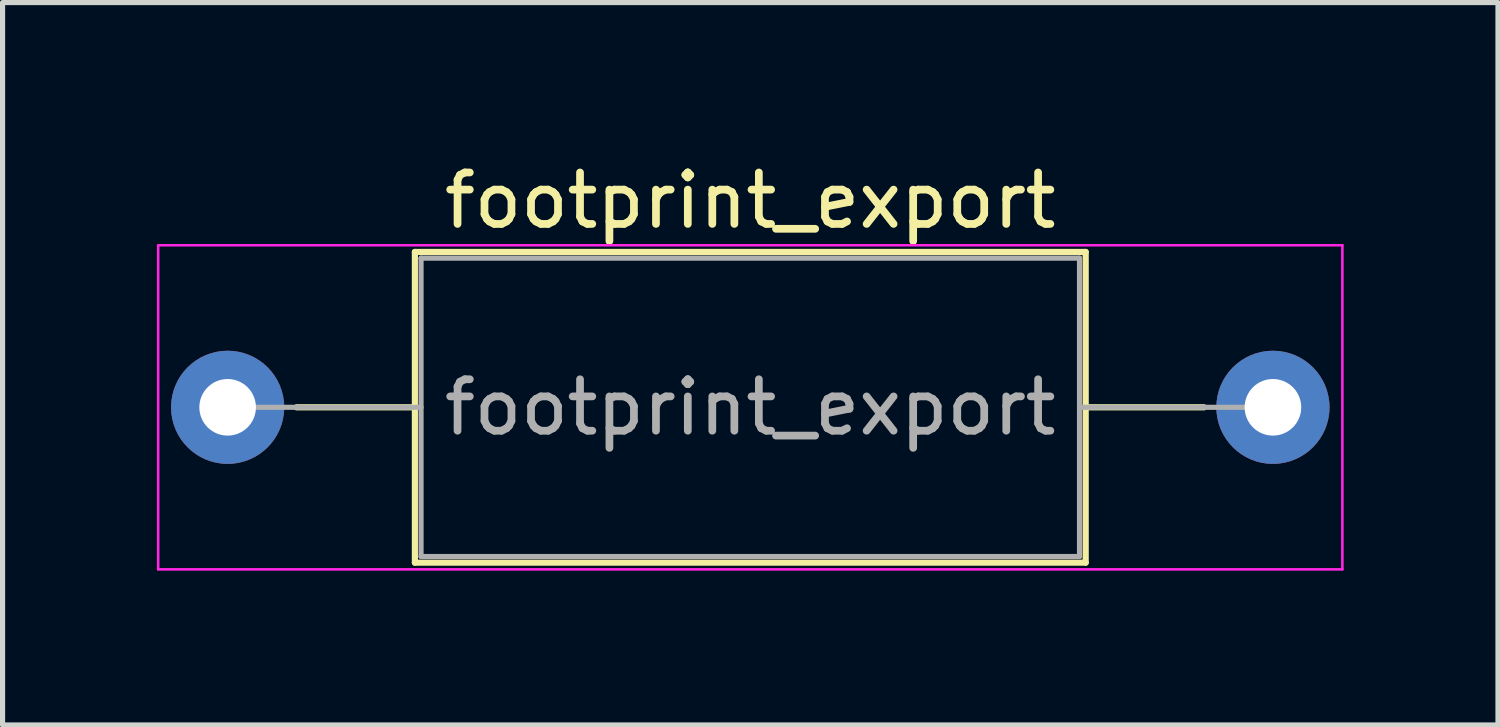
<source format=kicad_pcb>
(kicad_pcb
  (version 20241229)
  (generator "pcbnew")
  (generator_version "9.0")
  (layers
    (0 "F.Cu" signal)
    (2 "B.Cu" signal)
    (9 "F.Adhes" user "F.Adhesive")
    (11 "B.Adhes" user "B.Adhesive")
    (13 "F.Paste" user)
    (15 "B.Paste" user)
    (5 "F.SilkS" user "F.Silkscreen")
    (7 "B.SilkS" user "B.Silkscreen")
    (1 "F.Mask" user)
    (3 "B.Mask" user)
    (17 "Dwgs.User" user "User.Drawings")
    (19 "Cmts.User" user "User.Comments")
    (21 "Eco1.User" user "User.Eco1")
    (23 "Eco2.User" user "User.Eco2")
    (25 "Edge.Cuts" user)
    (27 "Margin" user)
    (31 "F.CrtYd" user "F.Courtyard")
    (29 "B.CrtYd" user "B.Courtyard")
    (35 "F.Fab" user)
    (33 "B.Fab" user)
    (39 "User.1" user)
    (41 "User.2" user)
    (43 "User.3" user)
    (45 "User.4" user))
  (footprint "footprint_export"
    (layer "F.Cu")
    (at 1.375 4.868)
    (property "Reference" "footprint_export" (at 10.16 -4.02 0) (layer "F.SilkS") (effects (font (size 1 1) (thickness 0.15))))
    (attr through_hole)
    (fp_line (start 1.34 0) (end 3.64 0) (stroke (width 0.12) (type solid)) (layer "F.SilkS"))
    (fp_line (start 3.64 -3.02) (end 3.64 3.02) (stroke (width 0.12) (type solid)) (layer "F.SilkS"))
    (fp_line (start 3.64 3.02) (end 16.68 3.02) (stroke (width 0.12) (type solid)) (layer "F.SilkS"))
    (fp_line (start 16.68 -3.02) (end 3.64 -3.02) (stroke (width 0.12) (type solid)) (layer "F.SilkS"))
    (fp_line (start 16.68 3.02) (end 16.68 -3.02) (stroke (width 0.12) (type solid)) (layer "F.SilkS"))
    (fp_line (start 18.98 0) (end 16.68 0) (stroke (width 0.12) (type solid)) (layer "F.SilkS"))
    (fp_line (start -1.35 -3.15) (end -1.35 3.15) (stroke (width 0.05) (type solid)) (layer "F.CrtYd"))
    (fp_line (start -1.35 3.15) (end 21.67 3.15) (stroke (width 0.05) (type solid)) (layer "F.CrtYd"))
    (fp_line (start 21.67 -3.15) (end -1.35 -3.15) (stroke (width 0.05) (type solid)) (layer "F.CrtYd"))
    (fp_line (start 21.67 3.15) (end 21.67 -3.15) (stroke (width 0.05) (type solid)) (layer "F.CrtYd"))
    (fp_line (start 0 0) (end 3.76 0) (stroke (width 0.1) (type solid)) (layer "F.Fab"))
    (fp_line (start 3.76 -2.9) (end 3.76 2.9) (stroke (width 0.1) (type solid)) (layer "F.Fab"))
    (fp_line (start 3.76 2.9) (end 16.56 2.9) (stroke (width 0.1) (type solid)) (layer "F.Fab"))
    (fp_line (start 16.56 -2.9) (end 3.76 -2.9) (stroke (width 0.1) (type solid)) (layer "F.Fab"))
    (fp_line (start 16.56 2.9) (end 16.56 -2.9) (stroke (width 0.1) (type solid)) (layer "F.Fab"))
    (fp_line (start 20.32 0) (end 16.56 0) (stroke (width 0.1) (type solid)) (layer "F.Fab"))
    (fp_text user "${REFERENCE}" (at 10.16 0 0) (layer "F.Fab") (effects (font (size 1 1) (thickness 0.15))))
    (pad "1" thru_hole circle (at 0 0) (size 2.2 2.2) (drill 1.1) (layers "*.Cu" "*.Mask"))
    (pad "2" thru_hole oval (at 20.32 0) (size 2.2 2.2) (drill 1.1) (layers "*.Cu" "*.Mask")))
  (gr_rect
    (start -3 -3)
    (end 26.07 11.043)
    (stroke (width 0.1) (type default))
    (fill no)
    (layer "Edge.Cuts")))
</source>
